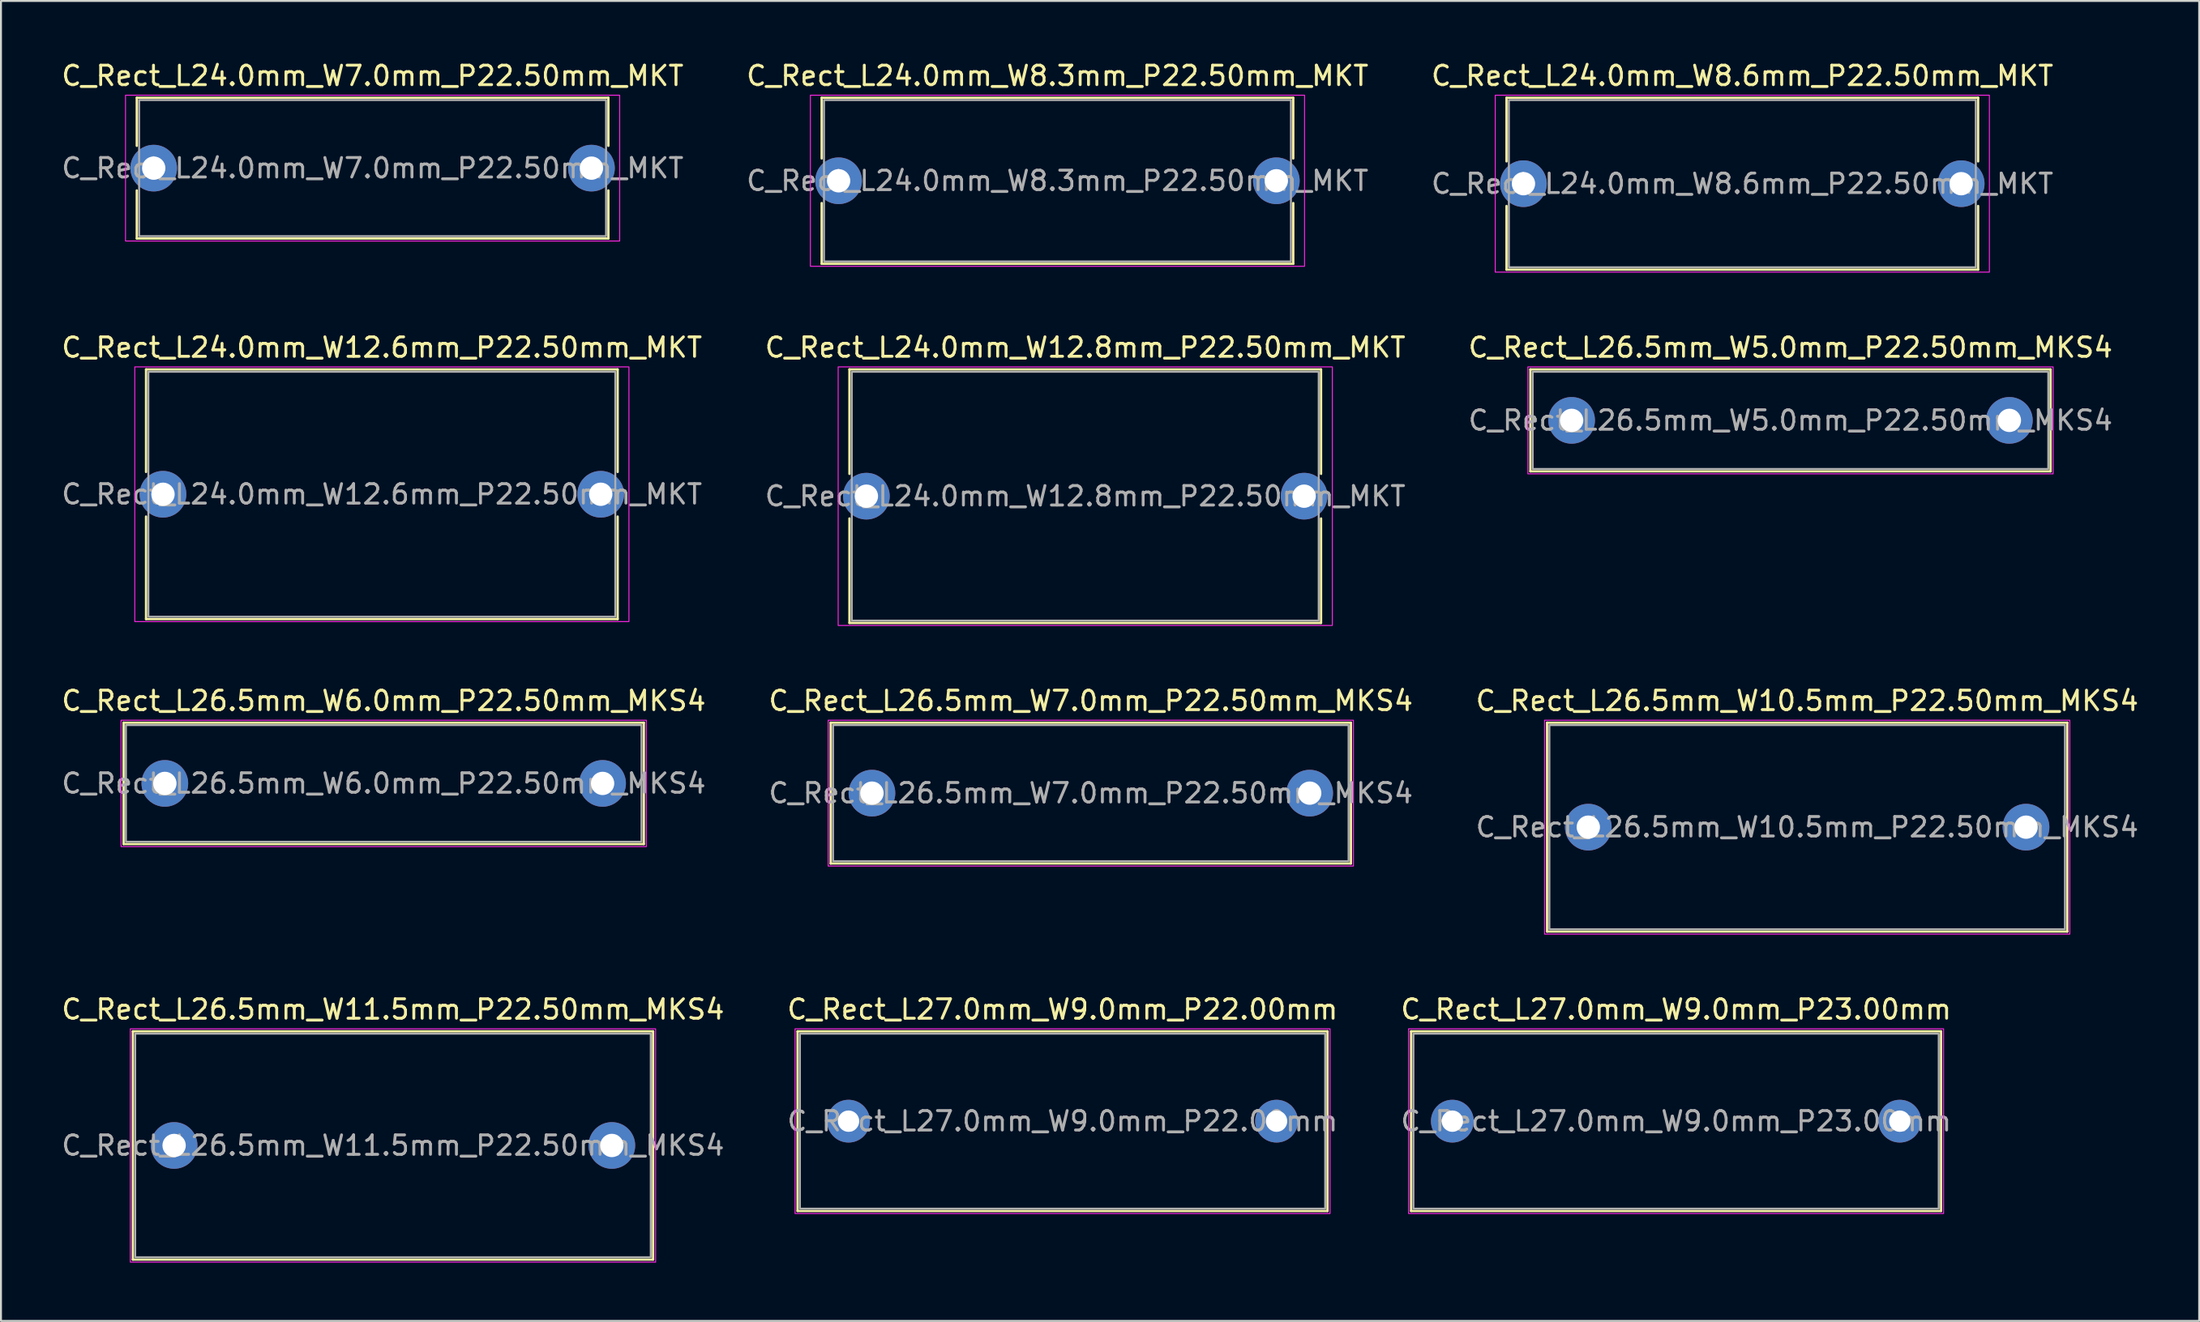
<source format=kicad_pcb>
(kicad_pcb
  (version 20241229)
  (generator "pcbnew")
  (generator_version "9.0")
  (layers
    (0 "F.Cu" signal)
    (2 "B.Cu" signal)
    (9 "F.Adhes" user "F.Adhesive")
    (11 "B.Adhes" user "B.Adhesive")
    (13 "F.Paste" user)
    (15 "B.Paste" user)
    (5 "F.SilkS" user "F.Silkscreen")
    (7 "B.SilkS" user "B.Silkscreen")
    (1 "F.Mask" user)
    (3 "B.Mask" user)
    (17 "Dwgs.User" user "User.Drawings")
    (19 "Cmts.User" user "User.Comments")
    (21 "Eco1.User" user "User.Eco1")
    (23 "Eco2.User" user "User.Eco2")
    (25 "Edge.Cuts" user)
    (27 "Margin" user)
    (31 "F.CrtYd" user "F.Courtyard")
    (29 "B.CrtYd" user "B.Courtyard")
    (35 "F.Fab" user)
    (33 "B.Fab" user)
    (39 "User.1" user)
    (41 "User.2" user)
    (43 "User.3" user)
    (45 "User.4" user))
  (footprint "C_Rect_L26.5mm_W11.5mm_P22.50mm_MKS4"
    (layer "F.Cu")
    (at 5.899 55.868)
    (property "Reference" "C_Rect_L26.5mm_W11.5mm_P22.50mm_MKS4" (at 11.25 -7 0) (layer "F.SilkS") (effects (font (size 1 1) (thickness 0.15))))
    (attr through_hole)
    (fp_line (start -2.12 -5.87) (end 24.62 -5.87) (stroke (width 0.12) (type solid)) (layer "F.SilkS"))
    (fp_line (start -2.12 5.87) (end -2.12 -5.87) (stroke (width 0.12) (type solid)) (layer "F.SilkS"))
    (fp_line (start 24.62 -5.87) (end 24.62 5.87) (stroke (width 0.12) (type solid)) (layer "F.SilkS"))
    (fp_line (start 24.62 5.87) (end -2.12 5.87) (stroke (width 0.12) (type solid)) (layer "F.SilkS"))
    (fp_rect (start -2.25 -6) (end 24.75 6) (stroke (width 0.05) (type solid)) (fill no) (layer "F.CrtYd"))
    (fp_rect (start -2 -5.75) (end 24.5 5.75) (stroke (width 0.1) (type solid)) (fill no) (layer "F.Fab"))
    (fp_text user "${REFERENCE}" (at 11.25 0 0) (layer "F.Fab") (effects (font (size 1 1) (thickness 0.15))))
    (pad "1" thru_hole circle (at 0 0) (size 2.4 2.4) (drill 1.2) (layers "*.Cu" "*.Mask"))
    (pad "2" thru_hole circle (at 22.5 0) (size 2.4 2.4) (drill 1.2) (layers "*.Cu" "*.Mask")))
  (footprint "C_Rect_L26.5mm_W5.0mm_P22.50mm_MKS4"
    (layer "F.Cu")
    (at 77.732 18.572)
    (property "Reference" "C_Rect_L26.5mm_W5.0mm_P22.50mm_MKS4" (at 11.25 -3.75 0) (layer "F.SilkS") (effects (font (size 1 1) (thickness 0.15))))
    (attr through_hole)
    (fp_line (start -2.12 -2.62) (end 24.62 -2.62) (stroke (width 0.12) (type solid)) (layer "F.SilkS"))
    (fp_line (start -2.12 2.62) (end -2.12 -2.62) (stroke (width 0.12) (type solid)) (layer "F.SilkS"))
    (fp_line (start 24.62 -2.62) (end 24.62 2.62) (stroke (width 0.12) (type solid)) (layer "F.SilkS"))
    (fp_line (start 24.62 2.62) (end -2.12 2.62) (stroke (width 0.12) (type solid)) (layer "F.SilkS"))
    (fp_rect (start -2.25 -2.75) (end 24.75 2.75) (stroke (width 0.05) (type solid)) (fill no) (layer "F.CrtYd"))
    (fp_rect (start -2 -2.5) (end 24.5 2.5) (stroke (width 0.1) (type solid)) (fill no) (layer "F.Fab"))
    (fp_text user "${REFERENCE}" (at 11.25 0 0) (layer "F.Fab") (effects (font (size 1 1) (thickness 0.15))))
    (pad "1" thru_hole circle (at 0 0) (size 2.4 2.4) (drill 1.2) (layers "*.Cu" "*.Mask"))
    (pad "2" thru_hole circle (at 22.5 0) (size 2.4 2.4) (drill 1.2) (layers "*.Cu" "*.Mask")))
  (footprint "C_Rect_L24.0mm_W8.3mm_P22.50mm_MKT"
    (layer "F.Cu")
    (at 40.054 6.248)
    (property "Reference" "C_Rect_L24.0mm_W8.3mm_P22.50mm_MKT" (at 11.25 -5.4 0) (layer "F.SilkS") (effects (font (size 1 1) (thickness 0.15))))
    (attr through_hole)
    (fp_line (start -0.87 -4.27) (end 23.37 -4.27) (stroke (width 0.12) (type solid)) (layer "F.SilkS"))
    (fp_line (start -0.87 -1.147) (end -0.87 -4.27) (stroke (width 0.12) (type solid)) (layer "F.SilkS"))
    (fp_line (start -0.87 4.27) (end -0.87 1.147) (stroke (width 0.12) (type solid)) (layer "F.SilkS"))
    (fp_line (start 23.37 -4.27) (end 23.37 -1.147) (stroke (width 0.12) (type solid)) (layer "F.SilkS"))
    (fp_line (start 23.37 1.147) (end 23.37 4.27) (stroke (width 0.12) (type solid)) (layer "F.SilkS"))
    (fp_line (start 23.37 4.27) (end -0.87 4.27) (stroke (width 0.12) (type solid)) (layer "F.SilkS"))
    (fp_rect (start -1.45 -4.4) (end 23.95 4.4) (stroke (width 0.05) (type solid)) (fill no) (layer "F.CrtYd"))
    (fp_rect (start -0.75 -4.15) (end 23.25 4.15) (stroke (width 0.1) (type solid)) (fill no) (layer "F.Fab"))
    (fp_text user "${REFERENCE}" (at 11.25 0 0) (layer "F.Fab") (effects (font (size 1 1) (thickness 0.15))))
    (pad "1" thru_hole circle (at 0 0) (size 2.4 2.4) (drill 1.2) (layers "*.Cu" "*.Mask"))
    (pad "2" thru_hole circle (at 22.5 0) (size 2.4 2.4) (drill 1.2) (layers "*.Cu" "*.Mask")))
  (footprint "C_Rect_L24.0mm_W7.0mm_P22.50mm_MKT"
    (layer "F.Cu")
    (at 4.851 5.598)
    (property "Reference" "C_Rect_L24.0mm_W7.0mm_P22.50mm_MKT" (at 11.25 -4.75 0) (layer "F.SilkS") (effects (font (size 1 1) (thickness 0.15))))
    (attr through_hole)
    (fp_line (start -0.87 -3.62) (end 23.37 -3.62) (stroke (width 0.12) (type solid)) (layer "F.SilkS"))
    (fp_line (start -0.87 -1.147) (end -0.87 -3.62) (stroke (width 0.12) (type solid)) (layer "F.SilkS"))
    (fp_line (start -0.87 3.62) (end -0.87 1.147) (stroke (width 0.12) (type solid)) (layer "F.SilkS"))
    (fp_line (start 23.37 -3.62) (end 23.37 -1.147) (stroke (width 0.12) (type solid)) (layer "F.SilkS"))
    (fp_line (start 23.37 1.147) (end 23.37 3.62) (stroke (width 0.12) (type solid)) (layer "F.SilkS"))
    (fp_line (start 23.37 3.62) (end -0.87 3.62) (stroke (width 0.12) (type solid)) (layer "F.SilkS"))
    (fp_rect (start -1.45 -3.75) (end 23.95 3.75) (stroke (width 0.05) (type solid)) (fill no) (layer "F.CrtYd"))
    (fp_rect (start -0.75 -3.5) (end 23.25 3.5) (stroke (width 0.1) (type solid)) (fill no) (layer "F.Fab"))
    (fp_text user "${REFERENCE}" (at 11.25 0 0) (layer "F.Fab") (effects (font (size 1 1) (thickness 0.15))))
    (pad "1" thru_hole circle (at 0 0) (size 2.4 2.4) (drill 1.2) (layers "*.Cu" "*.Mask"))
    (pad "2" thru_hole circle (at 22.5 0) (size 2.4 2.4) (drill 1.2) (layers "*.Cu" "*.Mask")))
  (footprint "C_Rect_L26.5mm_W6.0mm_P22.50mm_MKS4"
    (layer "F.Cu")
    (at 5.423 37.245)
    (property "Reference" "C_Rect_L26.5mm_W6.0mm_P22.50mm_MKS4" (at 11.25 -4.25 0) (layer "F.SilkS") (effects (font (size 1 1) (thickness 0.15))))
    (attr through_hole)
    (fp_line (start -2.12 -3.12) (end 24.62 -3.12) (stroke (width 0.12) (type solid)) (layer "F.SilkS"))
    (fp_line (start -2.12 3.12) (end -2.12 -3.12) (stroke (width 0.12) (type solid)) (layer "F.SilkS"))
    (fp_line (start 24.62 -3.12) (end 24.62 3.12) (stroke (width 0.12) (type solid)) (layer "F.SilkS"))
    (fp_line (start 24.62 3.12) (end -2.12 3.12) (stroke (width 0.12) (type solid)) (layer "F.SilkS"))
    (fp_rect (start -2.25 -3.25) (end 24.75 3.25) (stroke (width 0.05) (type solid)) (fill no) (layer "F.CrtYd"))
    (fp_rect (start -2 -3) (end 24.5 3) (stroke (width 0.1) (type solid)) (fill no) (layer "F.Fab"))
    (fp_text user "${REFERENCE}" (at 11.25 0 0) (layer "F.Fab") (effects (font (size 1 1) (thickness 0.15))))
    (pad "1" thru_hole circle (at 0 0) (size 2.4 2.4) (drill 1.2) (layers "*.Cu" "*.Mask"))
    (pad "2" thru_hole circle (at 22.5 0) (size 2.4 2.4) (drill 1.2) (layers "*.Cu" "*.Mask")))
  (footprint "C_Rect_L24.0mm_W8.6mm_P22.50mm_MKT"
    (layer "F.Cu")
    (at 75.256 6.398)
    (property "Reference" "C_Rect_L24.0mm_W8.6mm_P22.50mm_MKT" (at 11.25 -5.55 0) (layer "F.SilkS") (effects (font (size 1 1) (thickness 0.15))))
    (attr through_hole)
    (fp_line (start -0.87 -4.42) (end 23.37 -4.42) (stroke (width 0.12) (type solid)) (layer "F.SilkS"))
    (fp_line (start -0.87 -1.147) (end -0.87 -4.42) (stroke (width 0.12) (type solid)) (layer "F.SilkS"))
    (fp_line (start -0.87 4.42) (end -0.87 1.147) (stroke (width 0.12) (type solid)) (layer "F.SilkS"))
    (fp_line (start 23.37 -4.42) (end 23.37 -1.147) (stroke (width 0.12) (type solid)) (layer "F.SilkS"))
    (fp_line (start 23.37 1.147) (end 23.37 4.42) (stroke (width 0.12) (type solid)) (layer "F.SilkS"))
    (fp_line (start 23.37 4.42) (end -0.87 4.42) (stroke (width 0.12) (type solid)) (layer "F.SilkS"))
    (fp_rect (start -1.45 -4.55) (end 23.95 4.55) (stroke (width 0.05) (type solid)) (fill no) (layer "F.CrtYd"))
    (fp_rect (start -0.75 -4.3) (end 23.25 4.3) (stroke (width 0.1) (type solid)) (fill no) (layer "F.Fab"))
    (fp_text user "${REFERENCE}" (at 11.25 0 0) (layer "F.Fab") (effects (font (size 1 1) (thickness 0.15))))
    (pad "1" thru_hole circle (at 0 0) (size 2.4 2.4) (drill 1.2) (layers "*.Cu" "*.Mask"))
    (pad "2" thru_hole circle (at 22.5 0) (size 2.4 2.4) (drill 1.2) (layers "*.Cu" "*.Mask")))
  (footprint "C_Rect_L26.5mm_W7.0mm_P22.50mm_MKS4"
    (layer "F.Cu")
    (at 41.768 37.745)
    (property "Reference" "C_Rect_L26.5mm_W7.0mm_P22.50mm_MKS4" (at 11.25 -4.75 0) (layer "F.SilkS") (effects (font (size 1 1) (thickness 0.15))))
    (attr through_hole)
    (fp_line (start -2.12 -3.62) (end 24.62 -3.62) (stroke (width 0.12) (type solid)) (layer "F.SilkS"))
    (fp_line (start -2.12 3.62) (end -2.12 -3.62) (stroke (width 0.12) (type solid)) (layer "F.SilkS"))
    (fp_line (start 24.62 -3.62) (end 24.62 3.62) (stroke (width 0.12) (type solid)) (layer "F.SilkS"))
    (fp_line (start 24.62 3.62) (end -2.12 3.62) (stroke (width 0.12) (type solid)) (layer "F.SilkS"))
    (fp_rect (start -2.25 -3.75) (end 24.75 3.75) (stroke (width 0.05) (type solid)) (fill no) (layer "F.CrtYd"))
    (fp_rect (start -2 -3.5) (end 24.5 3.5) (stroke (width 0.1) (type solid)) (fill no) (layer "F.Fab"))
    (fp_text user "${REFERENCE}" (at 11.25 0 0) (layer "F.Fab") (effects (font (size 1 1) (thickness 0.15))))
    (pad "1" thru_hole circle (at 0 0) (size 2.4 2.4) (drill 1.2) (layers "*.Cu" "*.Mask"))
    (pad "2" thru_hole circle (at 22.5 0) (size 2.4 2.4) (drill 1.2) (layers "*.Cu" "*.Mask")))
  (footprint "C_Rect_L27.0mm_W9.0mm_P22.00mm"
    (layer "F.Cu")
    (at 40.565 54.618)
    (property "Reference" "C_Rect_L27.0mm_W9.0mm_P22.00mm" (at 11 -5.75 0) (layer "F.SilkS") (effects (font (size 1 1) (thickness 0.15))))
    (attr through_hole)
    (fp_line (start -2.62 -4.62) (end 24.62 -4.62) (stroke (width 0.12) (type solid)) (layer "F.SilkS"))
    (fp_line (start -2.62 4.62) (end -2.62 -4.62) (stroke (width 0.12) (type solid)) (layer "F.SilkS"))
    (fp_line (start 24.62 -4.62) (end 24.62 4.62) (stroke (width 0.12) (type solid)) (layer "F.SilkS"))
    (fp_line (start 24.62 4.62) (end -2.62 4.62) (stroke (width 0.12) (type solid)) (layer "F.SilkS"))
    (fp_rect (start -2.75 -4.75) (end 24.75 4.75) (stroke (width 0.05) (type solid)) (fill no) (layer "F.CrtYd"))
    (fp_rect (start -2.5 -4.5) (end 24.5 4.5) (stroke (width 0.1) (type solid)) (fill no) (layer "F.Fab"))
    (fp_text user "${REFERENCE}" (at 11 0 0) (layer "F.Fab") (effects (font (size 1 1) (thickness 0.15))))
    (pad "1" thru_hole circle (at 0 0) (size 2.2 2.2) (drill 1.1) (layers "*.Cu" "*.Mask"))
    (pad "2" thru_hole circle (at 22 0) (size 2.2 2.2) (drill 1.1) (layers "*.Cu" "*.Mask")))
  (footprint "C_Rect_L24.0mm_W12.8mm_P22.50mm_MKT"
    (layer "F.Cu")
    (at 41.482 22.471)
    (property "Reference" "C_Rect_L24.0mm_W12.8mm_P22.50mm_MKT" (at 11.25 -7.65 0) (layer "F.SilkS") (effects (font (size 1 1) (thickness 0.15))))
    (attr through_hole)
    (fp_line (start -0.87 -6.52) (end 23.37 -6.52) (stroke (width 0.12) (type solid)) (layer "F.SilkS"))
    (fp_line (start -0.87 -1.147) (end -0.87 -6.52) (stroke (width 0.12) (type solid)) (layer "F.SilkS"))
    (fp_line (start -0.87 6.52) (end -0.87 1.147) (stroke (width 0.12) (type solid)) (layer "F.SilkS"))
    (fp_line (start 23.37 -6.52) (end 23.37 -1.147) (stroke (width 0.12) (type solid)) (layer "F.SilkS"))
    (fp_line (start 23.37 1.147) (end 23.37 6.52) (stroke (width 0.12) (type solid)) (layer "F.SilkS"))
    (fp_line (start 23.37 6.52) (end -0.87 6.52) (stroke (width 0.12) (type solid)) (layer "F.SilkS"))
    (fp_rect (start -1.45 -6.65) (end 23.95 6.65) (stroke (width 0.05) (type solid)) (fill no) (layer "F.CrtYd"))
    (fp_rect (start -0.75 -6.4) (end 23.25 6.4) (stroke (width 0.1) (type solid)) (fill no) (layer "F.Fab"))
    (fp_text user "${REFERENCE}" (at 11.25 0 0) (layer "F.Fab") (effects (font (size 1 1) (thickness 0.15))))
    (pad "1" thru_hole circle (at 0 0) (size 2.4 2.4) (drill 1.2) (layers "*.Cu" "*.Mask"))
    (pad "2" thru_hole circle (at 22.5 0) (size 2.4 2.4) (drill 1.2) (layers "*.Cu" "*.Mask")))
  (footprint "C_Rect_L26.5mm_W10.5mm_P22.50mm_MKS4"
    (layer "F.Cu")
    (at 78.589 39.495)
    (property "Reference" "C_Rect_L26.5mm_W10.5mm_P22.50mm_MKS4" (at 11.25 -6.5 0) (layer "F.SilkS") (effects (font (size 1 1) (thickness 0.15))))
    (attr through_hole)
    (fp_line (start -2.12 -5.37) (end 24.62 -5.37) (stroke (width 0.12) (type solid)) (layer "F.SilkS"))
    (fp_line (start -2.12 5.37) (end -2.12 -5.37) (stroke (width 0.12) (type solid)) (layer "F.SilkS"))
    (fp_line (start 24.62 -5.37) (end 24.62 5.37) (stroke (width 0.12) (type solid)) (layer "F.SilkS"))
    (fp_line (start 24.62 5.37) (end -2.12 5.37) (stroke (width 0.12) (type solid)) (layer "F.SilkS"))
    (fp_rect (start -2.25 -5.5) (end 24.75 5.5) (stroke (width 0.05) (type solid)) (fill no) (layer "F.CrtYd"))
    (fp_rect (start -2 -5.25) (end 24.5 5.25) (stroke (width 0.1) (type solid)) (fill no) (layer "F.Fab"))
    (fp_text user "${REFERENCE}" (at 11.25 0 0) (layer "F.Fab") (effects (font (size 1 1) (thickness 0.15))))
    (pad "1" thru_hole circle (at 0 0) (size 2.4 2.4) (drill 1.2) (layers "*.Cu" "*.Mask"))
    (pad "2" thru_hole circle (at 22.5 0) (size 2.4 2.4) (drill 1.2) (layers "*.Cu" "*.Mask")))
  (footprint "C_Rect_L27.0mm_W9.0mm_P23.00mm"
    (layer "F.Cu")
    (at 71.601 54.618)
    (property "Reference" "C_Rect_L27.0mm_W9.0mm_P23.00mm" (at 11.5 -5.75 0) (layer "F.SilkS") (effects (font (size 1 1) (thickness 0.15))))
    (attr through_hole)
    (fp_line (start -2.12 -4.62) (end 25.12 -4.62) (stroke (width 0.12) (type solid)) (layer "F.SilkS"))
    (fp_line (start -2.12 4.62) (end -2.12 -4.62) (stroke (width 0.12) (type solid)) (layer "F.SilkS"))
    (fp_line (start 25.12 -4.62) (end 25.12 4.62) (stroke (width 0.12) (type solid)) (layer "F.SilkS"))
    (fp_line (start 25.12 4.62) (end -2.12 4.62) (stroke (width 0.12) (type solid)) (layer "F.SilkS"))
    (fp_rect (start -2.25 -4.75) (end 25.25 4.75) (stroke (width 0.05) (type solid)) (fill no) (layer "F.CrtYd"))
    (fp_rect (start -2 -4.5) (end 25 4.5) (stroke (width 0.1) (type solid)) (fill no) (layer "F.Fab"))
    (fp_text user "${REFERENCE}" (at 11.5 0 0) (layer "F.Fab") (effects (font (size 1 1) (thickness 0.15))))
    (pad "1" thru_hole circle (at 0 0) (size 2.2 2.2) (drill 1.1) (layers "*.Cu" "*.Mask"))
    (pad "2" thru_hole circle (at 23 0) (size 2.2 2.2) (drill 1.1) (layers "*.Cu" "*.Mask")))
  (footprint "C_Rect_L24.0mm_W12.6mm_P22.50mm_MKT"
    (layer "F.Cu")
    (at 5.327 22.372)
    (property "Reference" "C_Rect_L24.0mm_W12.6mm_P22.50mm_MKT" (at 11.25 -7.55 0) (layer "F.SilkS") (effects (font (size 1 1) (thickness 0.15))))
    (attr through_hole)
    (fp_line (start -0.87 -6.42) (end 23.37 -6.42) (stroke (width 0.12) (type solid)) (layer "F.SilkS"))
    (fp_line (start -0.87 -1.147) (end -0.87 -6.42) (stroke (width 0.12) (type solid)) (layer "F.SilkS"))
    (fp_line (start -0.87 6.42) (end -0.87 1.147) (stroke (width 0.12) (type solid)) (layer "F.SilkS"))
    (fp_line (start 23.37 -6.42) (end 23.37 -1.147) (stroke (width 0.12) (type solid)) (layer "F.SilkS"))
    (fp_line (start 23.37 1.147) (end 23.37 6.42) (stroke (width 0.12) (type solid)) (layer "F.SilkS"))
    (fp_line (start 23.37 6.42) (end -0.87 6.42) (stroke (width 0.12) (type solid)) (layer "F.SilkS"))
    (fp_rect (start -1.45 -6.55) (end 23.95 6.55) (stroke (width 0.05) (type solid)) (fill no) (layer "F.CrtYd"))
    (fp_rect (start -0.75 -6.3) (end 23.25 6.3) (stroke (width 0.1) (type solid)) (fill no) (layer "F.Fab"))
    (fp_text user "${REFERENCE}" (at 11.25 0 0) (layer "F.Fab") (effects (font (size 1 1) (thickness 0.15))))
    (pad "1" thru_hole circle (at 0 0) (size 2.4 2.4) (drill 1.2) (layers "*.Cu" "*.Mask"))
    (pad "2" thru_hole circle (at 22.5 0) (size 2.4 2.4) (drill 1.2) (layers "*.Cu" "*.Mask")))
  (gr_rect
    (start -3 -3)
    (end 109.988 64.893)
    (stroke (width 0.1) (type default))
    (fill no)
    (layer "Edge.Cuts")))
</source>
